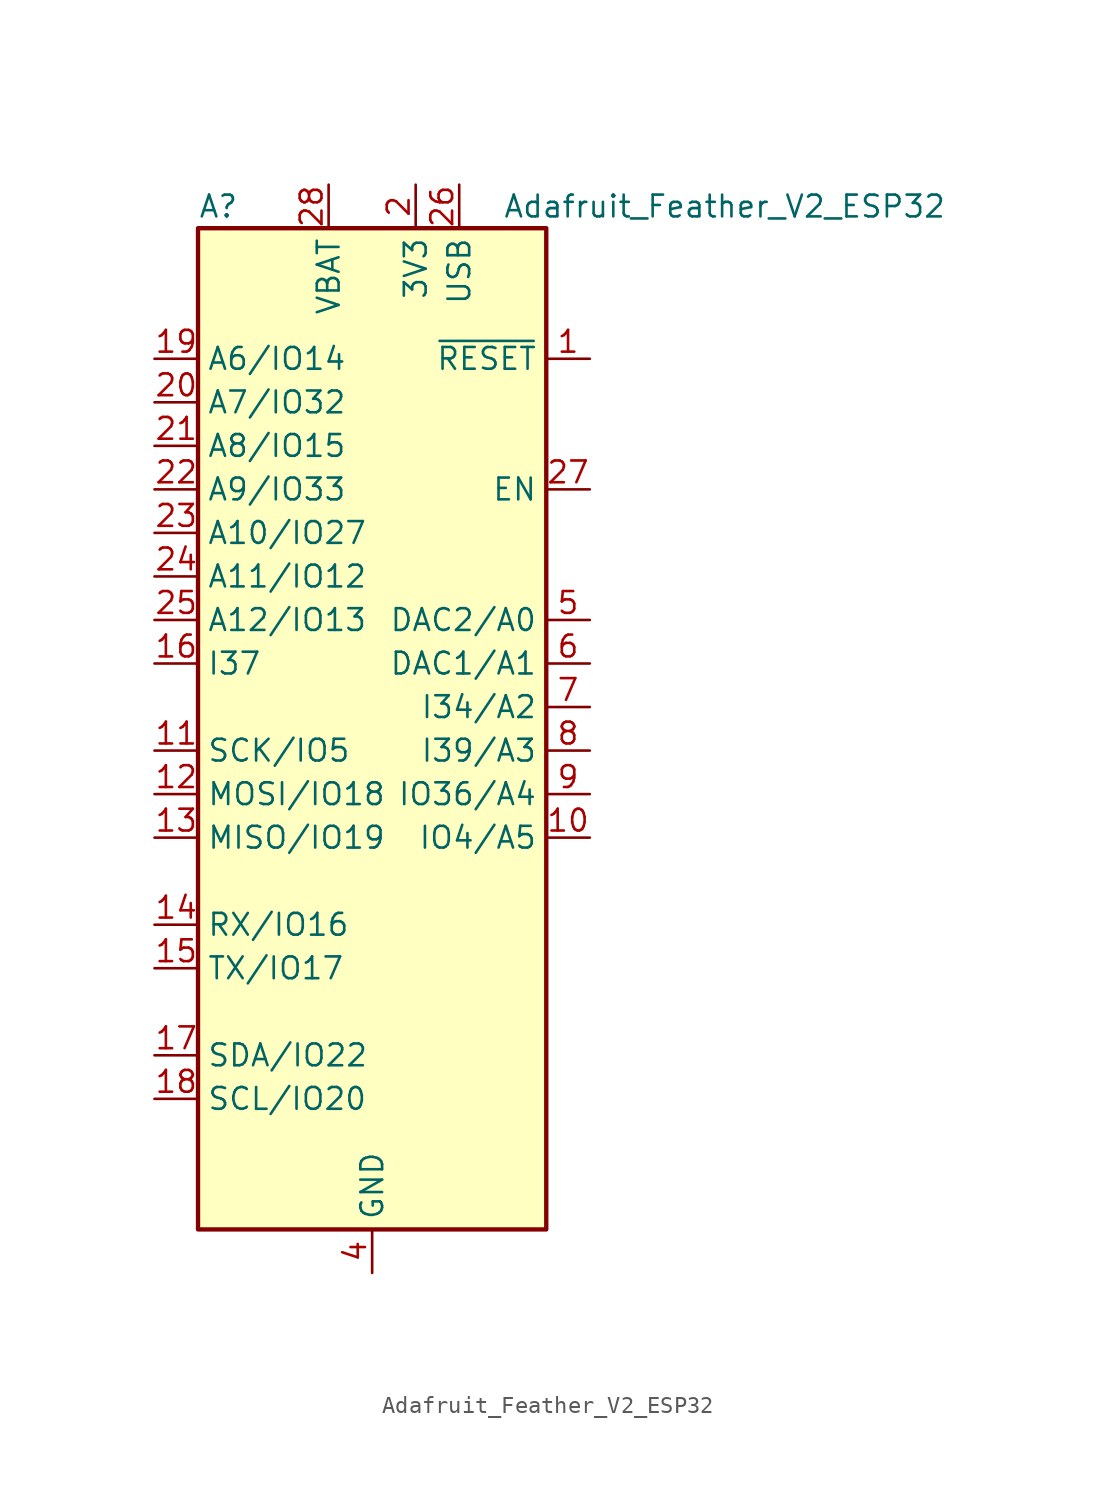
<source format=kicad_sym>
(kicad_symbol_lib
  (version 20211014)
  (generator kicad_symbol_editor)
  (symbol "Adafruit_Feather_V2_ESP32"
    (property "Reference" "A"
      (at -10.16 29.21 0)
      (effects (font (size 1.27 1.27)) (justify left)))
    (property "Value" "Adafruit_Feather_V2_ESP32"
      (at 7.62 29.21 0)
      (effects (font (size 1.27 1.27)) (justify left)))
    (symbol "Adafruit_Feather_V2_ESP32_0_1"
      (rectangle (start -10.16 27.94) (end 10.16 -30.48) (stroke (width 0.254) (type default) (color 0 0 0 0)) (fill (type background))))
    (symbol "Adafruit_Feather_V2_ESP32_1_1"
      (pin input line (at 12.7 20.32 180) (length 2.54) (name "~{RESET}" (effects (font (size 1.27 1.27)))) (number "1" (effects (font (size 1.27 1.27)))))
      (pin bidirectional line (at 12.7 -7.62 180) (length 2.54) (name "IO4/A5" (effects (font (size 1.27 1.27)))) (number "10" (effects (font (size 1.27 1.27)))))
      (pin bidirectional line (at -12.7 -2.54 0) (length 2.54) (name "SCK/IO5" (effects (font (size 1.27 1.27)))) (number "11" (effects (font (size 1.27 1.27)))))
      (pin bidirectional line (at -12.7 -5.08 0) (length 2.54) (name "MOSI/IO18" (effects (font (size 1.27 1.27)))) (number "12" (effects (font (size 1.27 1.27)))))
      (pin bidirectional line (at -12.7 -7.62 0) (length 2.54) (name "MISO/IO19" (effects (font (size 1.27 1.27)))) (number "13" (effects (font (size 1.27 1.27)))))
      (pin bidirectional line (at -12.7 -12.7 0) (length 2.54) (name "RX/IO16" (effects (font (size 1.27 1.27)))) (number "14" (effects (font (size 1.27 1.27)))))
      (pin bidirectional line (at -12.7 -15.24 0) (length 2.54) (name "TX/IO17" (effects (font (size 1.27 1.27)))) (number "15" (effects (font (size 1.27 1.27)))))
      (pin bidirectional line (at -12.7 2.54 0) (length 2.54) (name "I37" (effects (font (size 1.27 1.27)))) (number "16" (effects (font (size 1.27 1.27)))))
      (pin bidirectional line (at -12.7 -20.32 0) (length 2.54) (name "SDA/IO22" (effects (font (size 1.27 1.27)))) (number "17" (effects (font (size 1.27 1.27)))))
      (pin bidirectional line (at -12.7 -22.86 0) (length 2.54) (name "SCL/IO20" (effects (font (size 1.27 1.27)))) (number "18" (effects (font (size 1.27 1.27)))))
      (pin bidirectional line (at -12.7 20.32 0) (length 2.54) (name "A6/IO14" (effects (font (size 1.27 1.27)))) (number "19" (effects (font (size 1.27 1.27)))))
      (pin power_in line (at 2.54 30.48 270) (length 2.54) (name "3V3" (effects (font (size 1.27 1.27)))) (number "2" (effects (font (size 1.27 1.27)))))
      (pin bidirectional line (at -12.7 17.78 0) (length 2.54) (name "A7/IO32" (effects (font (size 1.27 1.27)))) (number "20" (effects (font (size 1.27 1.27)))))
      (pin bidirectional line (at -12.7 15.24 0) (length 2.54) (name "A8/IO15" (effects (font (size 1.27 1.27)))) (number "21" (effects (font (size 1.27 1.27)))))
      (pin bidirectional line (at -12.7 12.7 0) (length 2.54) (name "A9/IO33" (effects (font (size 1.27 1.27)))) (number "22" (effects (font (size 1.27 1.27)))))
      (pin bidirectional line (at -12.7 10.16 0) (length 2.54) (name "A10/IO27" (effects (font (size 1.27 1.27)))) (number "23" (effects (font (size 1.27 1.27)))))
      (pin bidirectional line (at -12.7 7.62 0) (length 2.54) (name "A11/IO12" (effects (font (size 1.27 1.27)))) (number "24" (effects (font (size 1.27 1.27)))))
      (pin bidirectional line (at -12.7 5.08 0) (length 2.54) (name "A12/IO13" (effects (font (size 1.27 1.27)))) (number "25" (effects (font (size 1.27 1.27)))))
      (pin power_in line (at 5.08 30.48 270) (length 2.54) (name "USB" (effects (font (size 1.27 1.27)))) (number "26" (effects (font (size 1.27 1.27)))))
      (pin input line (at 12.7 12.7 180) (length 2.54) (name "EN" (effects (font (size 1.27 1.27)))) (number "27" (effects (font (size 1.27 1.27)))))
      (pin power_in line (at -2.54 30.48 270) (length 2.54) (name "VBAT" (effects (font (size 1.27 1.27)))) (number "28" (effects (font (size 1.27 1.27)))))
      (pin no_connect line (at 10.16 10.16 180) (length 2.54) hide (name "NC" (effects (font (size 1.27 1.27)))) (number "3" (effects (font (size 1.27 1.27)))))
      (pin power_in line (at 0 -33.02 90) (length 2.54) (name "GND" (effects (font (size 1.27 1.27)))) (number "4" (effects (font (size 1.27 1.27)))))
      (pin bidirectional line (at 12.7 5.08 180) (length 2.54) (name "DAC2/A0" (effects (font (size 1.27 1.27)))) (number "5" (effects (font (size 1.27 1.27)))))
      (pin bidirectional line (at 12.7 2.54 180) (length 2.54) (name "DAC1/A1" (effects (font (size 1.27 1.27)))) (number "6" (effects (font (size 1.27 1.27)))))
      (pin bidirectional line (at 12.7 0 180) (length 2.54) (name "I34/A2" (effects (font (size 1.27 1.27)))) (number "7" (effects (font (size 1.27 1.27)))))
      (pin bidirectional line (at 12.7 -2.54 180) (length 2.54) (name "I39/A3" (effects (font (size 1.27 1.27)))) (number "8" (effects (font (size 1.27 1.27)))))
      (pin bidirectional line (at 12.7 -5.08 180) (length 2.54) (name "IO36/A4" (effects (font (size 1.27 1.27)))) (number "9" (effects (font (size 1.27 1.27))))))))
</source>
